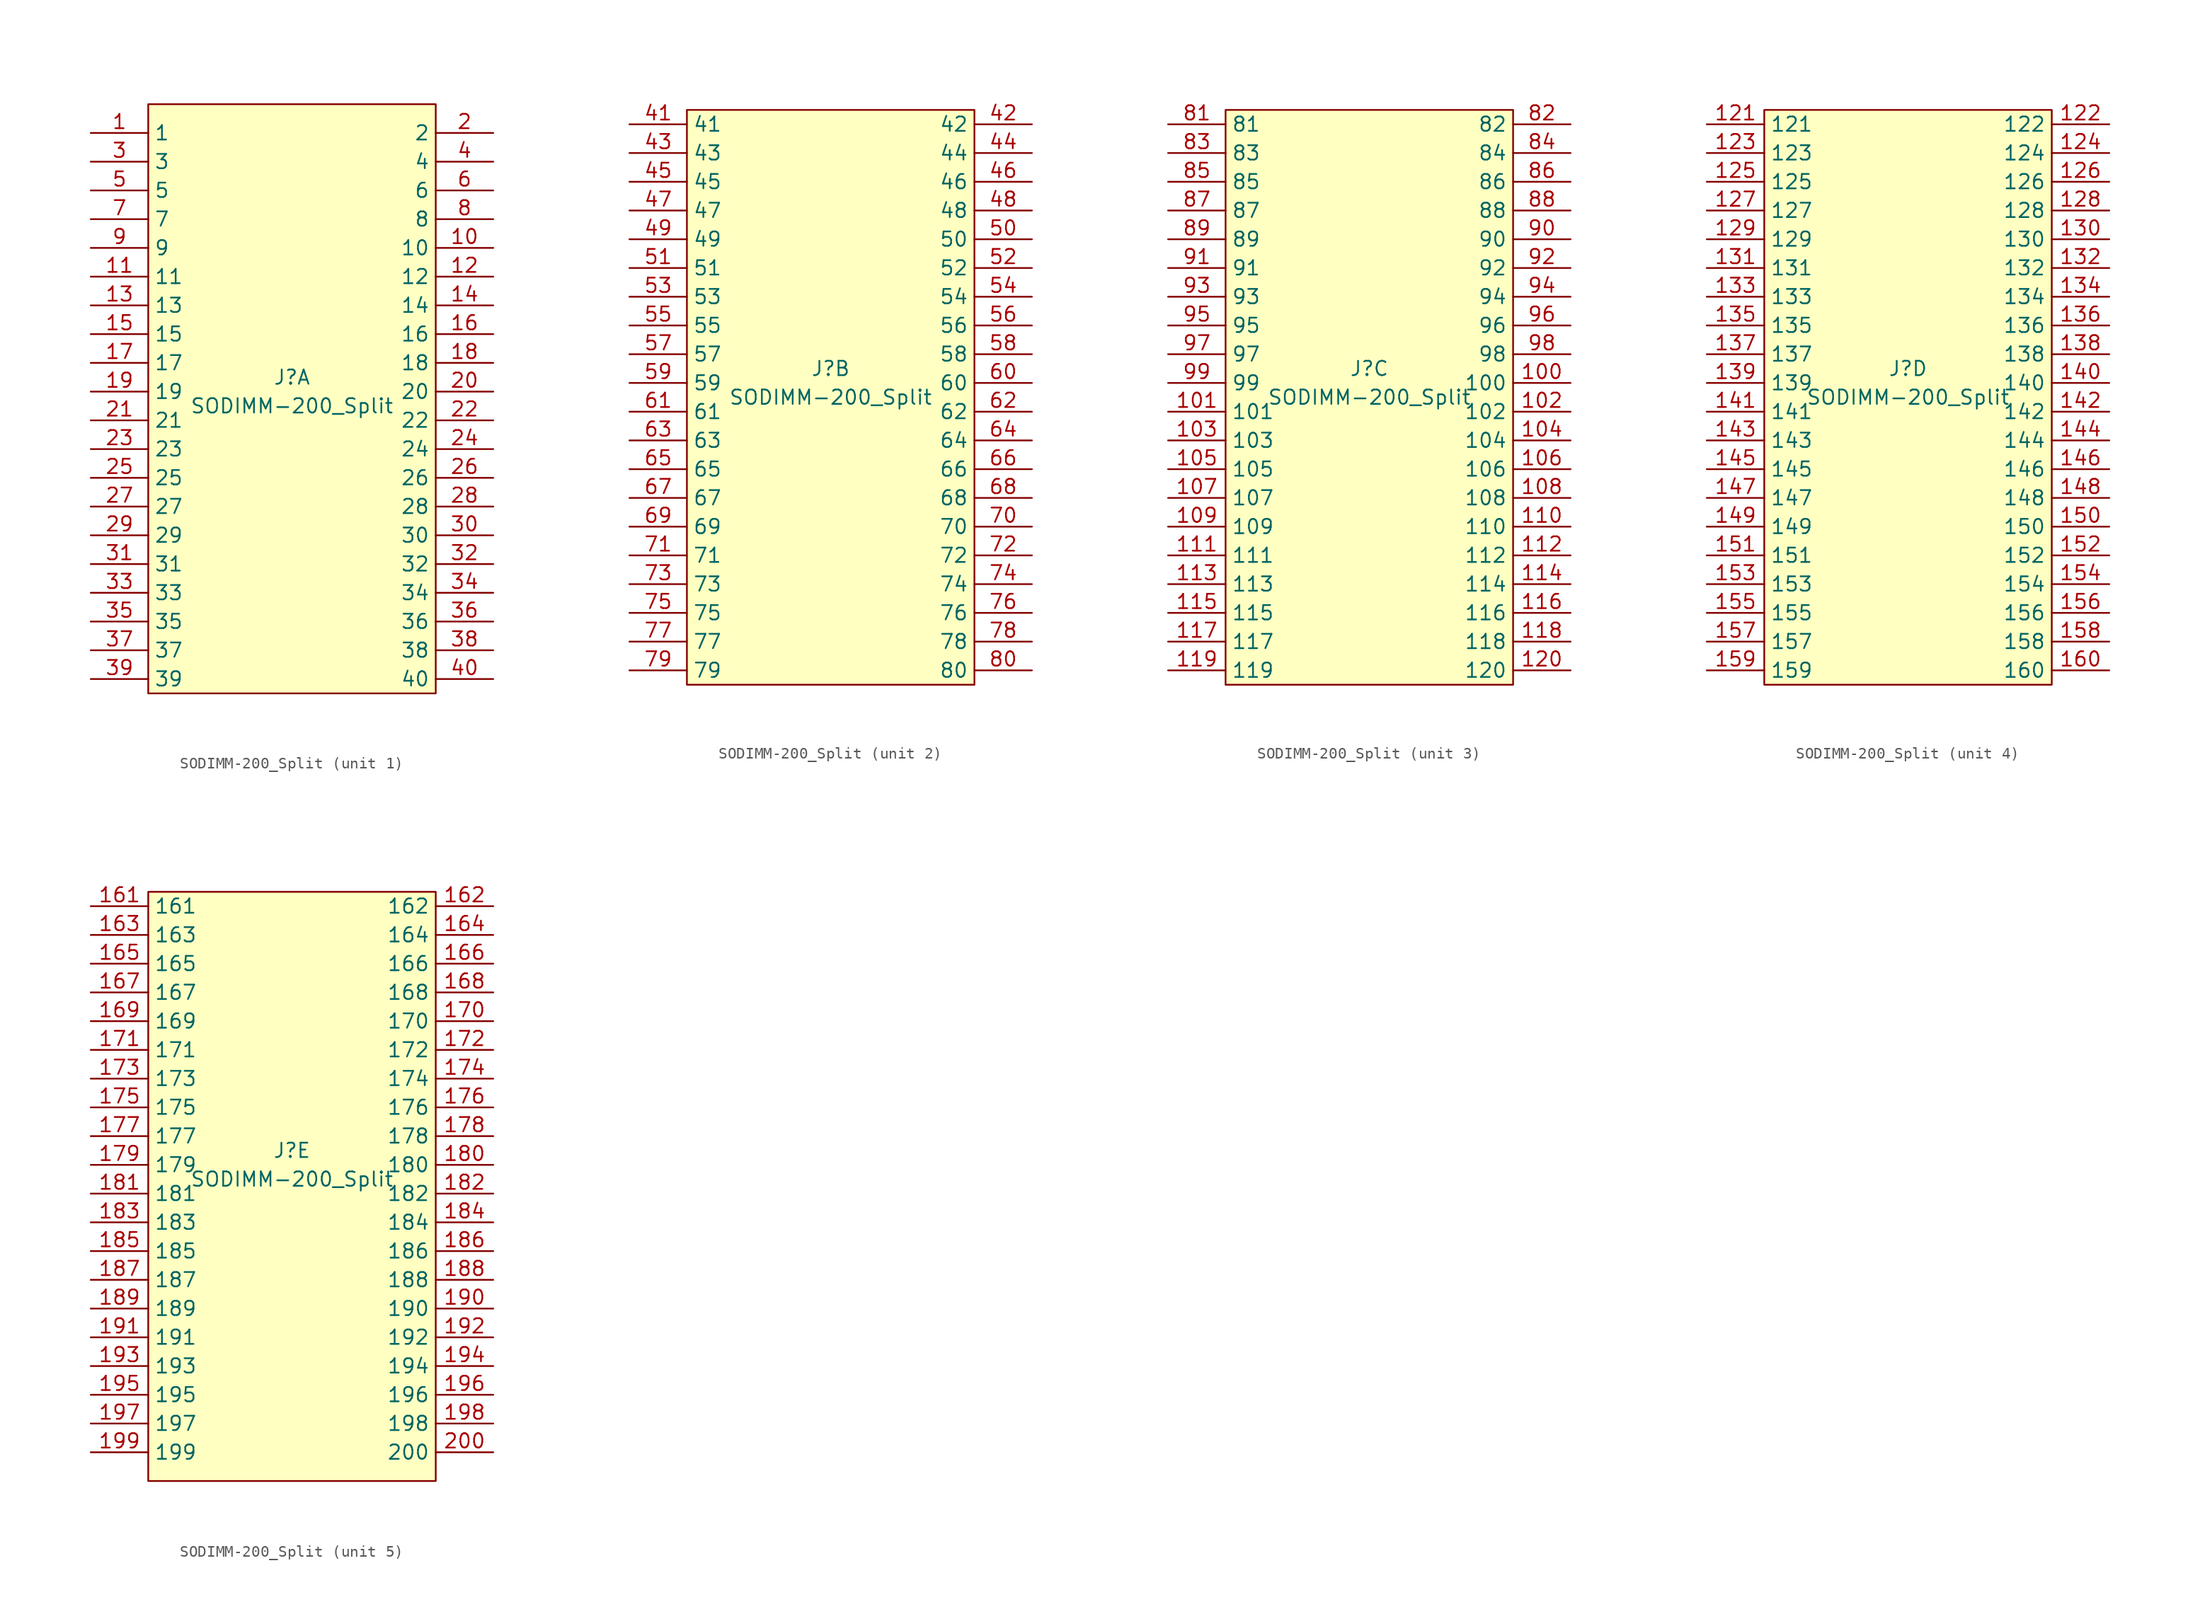
<source format=kicad_sym>
(kicad_symbol_lib
  (version 20220914)
  (generator kicad_symbol_editor)
  (symbol "SODIMM-200_Split"
    (property "Reference" "J"
      (at 0 1.27 0)
      (effects (font (size 1.27 1.27))))
    (property "Value" "SODIMM-200_Split"
      (at 0 -1.27 0)
      (effects (font (size 1.27 1.27))))
    (property "ki_locked" ""
      (at 0 0 0)
      (effects (font (size 1.27 1.27))))
    (symbol "SODIMM-200_Split_1_1"
      (rectangle (start -12.7 25.4) (end 12.7 -26.67) (stroke (width 0) (type solid)) (fill (type background)))
      (pin passive line (at -17.78 22.86 0) (length 5.08) (name "1" (effects (font (size 1.27 1.27)))) (number "1" (effects (font (size 1.27 1.27)))))
      (pin passive line (at 17.78 12.7 180) (length 5.08) (name "10" (effects (font (size 1.27 1.27)))) (number "10" (effects (font (size 1.27 1.27)))))
      (pin passive line (at -17.78 10.16 0) (length 5.08) (name "11" (effects (font (size 1.27 1.27)))) (number "11" (effects (font (size 1.27 1.27)))))
      (pin passive line (at 17.78 10.16 180) (length 5.08) (name "12" (effects (font (size 1.27 1.27)))) (number "12" (effects (font (size 1.27 1.27)))))
      (pin passive line (at -17.78 7.62 0) (length 5.08) (name "13" (effects (font (size 1.27 1.27)))) (number "13" (effects (font (size 1.27 1.27)))))
      (pin passive line (at 17.78 7.62 180) (length 5.08) (name "14" (effects (font (size 1.27 1.27)))) (number "14" (effects (font (size 1.27 1.27)))))
      (pin passive line (at -17.78 5.08 0) (length 5.08) (name "15" (effects (font (size 1.27 1.27)))) (number "15" (effects (font (size 1.27 1.27)))))
      (pin passive line (at 17.78 5.08 180) (length 5.08) (name "16" (effects (font (size 1.27 1.27)))) (number "16" (effects (font (size 1.27 1.27)))))
      (pin passive line (at -17.78 2.54 0) (length 5.08) (name "17" (effects (font (size 1.27 1.27)))) (number "17" (effects (font (size 1.27 1.27)))))
      (pin passive line (at 17.78 2.54 180) (length 5.08) (name "18" (effects (font (size 1.27 1.27)))) (number "18" (effects (font (size 1.27 1.27)))))
      (pin passive line (at -17.78 0 0) (length 5.08) (name "19" (effects (font (size 1.27 1.27)))) (number "19" (effects (font (size 1.27 1.27)))))
      (pin passive line (at 17.78 22.86 180) (length 5.08) (name "2" (effects (font (size 1.27 1.27)))) (number "2" (effects (font (size 1.27 1.27)))))
      (pin passive line (at 17.78 0 180) (length 5.08) (name "20" (effects (font (size 1.27 1.27)))) (number "20" (effects (font (size 1.27 1.27)))))
      (pin passive line (at -17.78 -2.54 0) (length 5.08) (name "21" (effects (font (size 1.27 1.27)))) (number "21" (effects (font (size 1.27 1.27)))))
      (pin passive line (at 17.78 -2.54 180) (length 5.08) (name "22" (effects (font (size 1.27 1.27)))) (number "22" (effects (font (size 1.27 1.27)))))
      (pin passive line (at -17.78 -5.08 0) (length 5.08) (name "23" (effects (font (size 1.27 1.27)))) (number "23" (effects (font (size 1.27 1.27)))))
      (pin passive line (at 17.78 -5.08 180) (length 5.08) (name "24" (effects (font (size 1.27 1.27)))) (number "24" (effects (font (size 1.27 1.27)))))
      (pin passive line (at -17.78 -7.62 0) (length 5.08) (name "25" (effects (font (size 1.27 1.27)))) (number "25" (effects (font (size 1.27 1.27)))))
      (pin passive line (at 17.78 -7.62 180) (length 5.08) (name "26" (effects (font (size 1.27 1.27)))) (number "26" (effects (font (size 1.27 1.27)))))
      (pin passive line (at -17.78 -10.16 0) (length 5.08) (name "27" (effects (font (size 1.27 1.27)))) (number "27" (effects (font (size 1.27 1.27)))))
      (pin passive line (at 17.78 -10.16 180) (length 5.08) (name "28" (effects (font (size 1.27 1.27)))) (number "28" (effects (font (size 1.27 1.27)))))
      (pin passive line (at -17.78 -12.7 0) (length 5.08) (name "29" (effects (font (size 1.27 1.27)))) (number "29" (effects (font (size 1.27 1.27)))))
      (pin passive line (at -17.78 20.32 0) (length 5.08) (name "3" (effects (font (size 1.27 1.27)))) (number "3" (effects (font (size 1.27 1.27)))))
      (pin passive line (at 17.78 -12.7 180) (length 5.08) (name "30" (effects (font (size 1.27 1.27)))) (number "30" (effects (font (size 1.27 1.27)))))
      (pin passive line (at -17.78 -15.24 0) (length 5.08) (name "31" (effects (font (size 1.27 1.27)))) (number "31" (effects (font (size 1.27 1.27)))))
      (pin passive line (at 17.78 -15.24 180) (length 5.08) (name "32" (effects (font (size 1.27 1.27)))) (number "32" (effects (font (size 1.27 1.27)))))
      (pin passive line (at -17.78 -17.78 0) (length 5.08) (name "33" (effects (font (size 1.27 1.27)))) (number "33" (effects (font (size 1.27 1.27)))))
      (pin passive line (at 17.78 -17.78 180) (length 5.08) (name "34" (effects (font (size 1.27 1.27)))) (number "34" (effects (font (size 1.27 1.27)))))
      (pin passive line (at -17.78 -20.32 0) (length 5.08) (name "35" (effects (font (size 1.27 1.27)))) (number "35" (effects (font (size 1.27 1.27)))))
      (pin passive line (at 17.78 -20.32 180) (length 5.08) (name "36" (effects (font (size 1.27 1.27)))) (number "36" (effects (font (size 1.27 1.27)))))
      (pin passive line (at -17.78 -22.86 0) (length 5.08) (name "37" (effects (font (size 1.27 1.27)))) (number "37" (effects (font (size 1.27 1.27)))))
      (pin passive line (at 17.78 -22.86 180) (length 5.08) (name "38" (effects (font (size 1.27 1.27)))) (number "38" (effects (font (size 1.27 1.27)))))
      (pin passive line (at -17.78 -25.4 0) (length 5.08) (name "39" (effects (font (size 1.27 1.27)))) (number "39" (effects (font (size 1.27 1.27)))))
      (pin passive line (at 17.78 20.32 180) (length 5.08) (name "4" (effects (font (size 1.27 1.27)))) (number "4" (effects (font (size 1.27 1.27)))))
      (pin passive line (at 17.78 -25.4 180) (length 5.08) (name "40" (effects (font (size 1.27 1.27)))) (number "40" (effects (font (size 1.27 1.27)))))
      (pin passive line (at -17.78 17.78 0) (length 5.08) (name "5" (effects (font (size 1.27 1.27)))) (number "5" (effects (font (size 1.27 1.27)))))
      (pin passive line (at 17.78 17.78 180) (length 5.08) (name "6" (effects (font (size 1.27 1.27)))) (number "6" (effects (font (size 1.27 1.27)))))
      (pin passive line (at -17.78 15.24 0) (length 5.08) (name "7" (effects (font (size 1.27 1.27)))) (number "7" (effects (font (size 1.27 1.27)))))
      (pin passive line (at 17.78 15.24 180) (length 5.08) (name "8" (effects (font (size 1.27 1.27)))) (number "8" (effects (font (size 1.27 1.27)))))
      (pin passive line (at -17.78 12.7 0) (length 5.08) (name "9" (effects (font (size 1.27 1.27)))) (number "9" (effects (font (size 1.27 1.27))))))
    (symbol "SODIMM-200_Split_2_1"
      (rectangle (start -12.7 -26.67) (end 12.7 24.13) (stroke (width 0) (type solid)) (fill (type background)))
      (pin passive line (at -17.78 22.86 0) (length 5.08) (name "41" (effects (font (size 1.27 1.27)))) (number "41" (effects (font (size 1.27 1.27)))))
      (pin passive line (at 17.78 22.86 180) (length 5.08) (name "42" (effects (font (size 1.27 1.27)))) (number "42" (effects (font (size 1.27 1.27)))))
      (pin passive line (at -17.78 20.32 0) (length 5.08) (name "43" (effects (font (size 1.27 1.27)))) (number "43" (effects (font (size 1.27 1.27)))))
      (pin passive line (at 17.78 20.32 180) (length 5.08) (name "44" (effects (font (size 1.27 1.27)))) (number "44" (effects (font (size 1.27 1.27)))))
      (pin passive line (at -17.78 17.78 0) (length 5.08) (name "45" (effects (font (size 1.27 1.27)))) (number "45" (effects (font (size 1.27 1.27)))))
      (pin passive line (at 17.78 17.78 180) (length 5.08) (name "46" (effects (font (size 1.27 1.27)))) (number "46" (effects (font (size 1.27 1.27)))))
      (pin passive line (at -17.78 15.24 0) (length 5.08) (name "47" (effects (font (size 1.27 1.27)))) (number "47" (effects (font (size 1.27 1.27)))))
      (pin passive line (at 17.78 15.24 180) (length 5.08) (name "48" (effects (font (size 1.27 1.27)))) (number "48" (effects (font (size 1.27 1.27)))))
      (pin passive line (at -17.78 12.7 0) (length 5.08) (name "49" (effects (font (size 1.27 1.27)))) (number "49" (effects (font (size 1.27 1.27)))))
      (pin passive line (at 17.78 12.7 180) (length 5.08) (name "50" (effects (font (size 1.27 1.27)))) (number "50" (effects (font (size 1.27 1.27)))))
      (pin passive line (at -17.78 10.16 0) (length 5.08) (name "51" (effects (font (size 1.27 1.27)))) (number "51" (effects (font (size 1.27 1.27)))))
      (pin passive line (at 17.78 10.16 180) (length 5.08) (name "52" (effects (font (size 1.27 1.27)))) (number "52" (effects (font (size 1.27 1.27)))))
      (pin passive line (at -17.78 7.62 0) (length 5.08) (name "53" (effects (font (size 1.27 1.27)))) (number "53" (effects (font (size 1.27 1.27)))))
      (pin passive line (at 17.78 7.62 180) (length 5.08) (name "54" (effects (font (size 1.27 1.27)))) (number "54" (effects (font (size 1.27 1.27)))))
      (pin passive line (at -17.78 5.08 0) (length 5.08) (name "55" (effects (font (size 1.27 1.27)))) (number "55" (effects (font (size 1.27 1.27)))))
      (pin passive line (at 17.78 5.08 180) (length 5.08) (name "56" (effects (font (size 1.27 1.27)))) (number "56" (effects (font (size 1.27 1.27)))))
      (pin passive line (at -17.78 2.54 0) (length 5.08) (name "57" (effects (font (size 1.27 1.27)))) (number "57" (effects (font (size 1.27 1.27)))))
      (pin passive line (at 17.78 2.54 180) (length 5.08) (name "58" (effects (font (size 1.27 1.27)))) (number "58" (effects (font (size 1.27 1.27)))))
      (pin passive line (at -17.78 0 0) (length 5.08) (name "59" (effects (font (size 1.27 1.27)))) (number "59" (effects (font (size 1.27 1.27)))))
      (pin passive line (at 17.78 0 180) (length 5.08) (name "60" (effects (font (size 1.27 1.27)))) (number "60" (effects (font (size 1.27 1.27)))))
      (pin passive line (at -17.78 -2.54 0) (length 5.08) (name "61" (effects (font (size 1.27 1.27)))) (number "61" (effects (font (size 1.27 1.27)))))
      (pin passive line (at 17.78 -2.54 180) (length 5.08) (name "62" (effects (font (size 1.27 1.27)))) (number "62" (effects (font (size 1.27 1.27)))))
      (pin passive line (at -17.78 -5.08 0) (length 5.08) (name "63" (effects (font (size 1.27 1.27)))) (number "63" (effects (font (size 1.27 1.27)))))
      (pin passive line (at 17.78 -5.08 180) (length 5.08) (name "64" (effects (font (size 1.27 1.27)))) (number "64" (effects (font (size 1.27 1.27)))))
      (pin passive line (at -17.78 -7.62 0) (length 5.08) (name "65" (effects (font (size 1.27 1.27)))) (number "65" (effects (font (size 1.27 1.27)))))
      (pin passive line (at 17.78 -7.62 180) (length 5.08) (name "66" (effects (font (size 1.27 1.27)))) (number "66" (effects (font (size 1.27 1.27)))))
      (pin passive line (at -17.78 -10.16 0) (length 5.08) (name "67" (effects (font (size 1.27 1.27)))) (number "67" (effects (font (size 1.27 1.27)))))
      (pin passive line (at 17.78 -10.16 180) (length 5.08) (name "68" (effects (font (size 1.27 1.27)))) (number "68" (effects (font (size 1.27 1.27)))))
      (pin passive line (at -17.78 -12.7 0) (length 5.08) (name "69" (effects (font (size 1.27 1.27)))) (number "69" (effects (font (size 1.27 1.27)))))
      (pin passive line (at 17.78 -12.7 180) (length 5.08) (name "70" (effects (font (size 1.27 1.27)))) (number "70" (effects (font (size 1.27 1.27)))))
      (pin passive line (at -17.78 -15.24 0) (length 5.08) (name "71" (effects (font (size 1.27 1.27)))) (number "71" (effects (font (size 1.27 1.27)))))
      (pin passive line (at 17.78 -15.24 180) (length 5.08) (name "72" (effects (font (size 1.27 1.27)))) (number "72" (effects (font (size 1.27 1.27)))))
      (pin passive line (at -17.78 -17.78 0) (length 5.08) (name "73" (effects (font (size 1.27 1.27)))) (number "73" (effects (font (size 1.27 1.27)))))
      (pin passive line (at 17.78 -17.78 180) (length 5.08) (name "74" (effects (font (size 1.27 1.27)))) (number "74" (effects (font (size 1.27 1.27)))))
      (pin passive line (at -17.78 -20.32 0) (length 5.08) (name "75" (effects (font (size 1.27 1.27)))) (number "75" (effects (font (size 1.27 1.27)))))
      (pin passive line (at 17.78 -20.32 180) (length 5.08) (name "76" (effects (font (size 1.27 1.27)))) (number "76" (effects (font (size 1.27 1.27)))))
      (pin passive line (at -17.78 -22.86 0) (length 5.08) (name "77" (effects (font (size 1.27 1.27)))) (number "77" (effects (font (size 1.27 1.27)))))
      (pin passive line (at 17.78 -22.86 180) (length 5.08) (name "78" (effects (font (size 1.27 1.27)))) (number "78" (effects (font (size 1.27 1.27)))))
      (pin passive line (at -17.78 -25.4 0) (length 5.08) (name "79" (effects (font (size 1.27 1.27)))) (number "79" (effects (font (size 1.27 1.27)))))
      (pin passive line (at 17.78 -25.4 180) (length 5.08) (name "80" (effects (font (size 1.27 1.27)))) (number "80" (effects (font (size 1.27 1.27))))))
    (symbol "SODIMM-200_Split_3_1"
      (rectangle (start -12.7 24.13) (end 12.7 -26.67) (stroke (width 0) (type solid)) (fill (type background)))
      (pin passive line (at 17.78 0 180) (length 5.08) (name "100" (effects (font (size 1.27 1.27)))) (number "100" (effects (font (size 1.27 1.27)))))
      (pin passive line (at -17.78 -2.54 0) (length 5.08) (name "101" (effects (font (size 1.27 1.27)))) (number "101" (effects (font (size 1.27 1.27)))))
      (pin passive line (at 17.78 -2.54 180) (length 5.08) (name "102" (effects (font (size 1.27 1.27)))) (number "102" (effects (font (size 1.27 1.27)))))
      (pin passive line (at -17.78 -5.08 0) (length 5.08) (name "103" (effects (font (size 1.27 1.27)))) (number "103" (effects (font (size 1.27 1.27)))))
      (pin passive line (at 17.78 -5.08 180) (length 5.08) (name "104" (effects (font (size 1.27 1.27)))) (number "104" (effects (font (size 1.27 1.27)))))
      (pin passive line (at -17.78 -7.62 0) (length 5.08) (name "105" (effects (font (size 1.27 1.27)))) (number "105" (effects (font (size 1.27 1.27)))))
      (pin passive line (at 17.78 -7.62 180) (length 5.08) (name "106" (effects (font (size 1.27 1.27)))) (number "106" (effects (font (size 1.27 1.27)))))
      (pin passive line (at -17.78 -10.16 0) (length 5.08) (name "107" (effects (font (size 1.27 1.27)))) (number "107" (effects (font (size 1.27 1.27)))))
      (pin passive line (at 17.78 -10.16 180) (length 5.08) (name "108" (effects (font (size 1.27 1.27)))) (number "108" (effects (font (size 1.27 1.27)))))
      (pin passive line (at -17.78 -12.7 0) (length 5.08) (name "109" (effects (font (size 1.27 1.27)))) (number "109" (effects (font (size 1.27 1.27)))))
      (pin passive line (at 17.78 -12.7 180) (length 5.08) (name "110" (effects (font (size 1.27 1.27)))) (number "110" (effects (font (size 1.27 1.27)))))
      (pin passive line (at -17.78 -15.24 0) (length 5.08) (name "111" (effects (font (size 1.27 1.27)))) (number "111" (effects (font (size 1.27 1.27)))))
      (pin passive line (at 17.78 -15.24 180) (length 5.08) (name "112" (effects (font (size 1.27 1.27)))) (number "112" (effects (font (size 1.27 1.27)))))
      (pin passive line (at -17.78 -17.78 0) (length 5.08) (name "113" (effects (font (size 1.27 1.27)))) (number "113" (effects (font (size 1.27 1.27)))))
      (pin passive line (at 17.78 -17.78 180) (length 5.08) (name "114" (effects (font (size 1.27 1.27)))) (number "114" (effects (font (size 1.27 1.27)))))
      (pin passive line (at -17.78 -20.32 0) (length 5.08) (name "115" (effects (font (size 1.27 1.27)))) (number "115" (effects (font (size 1.27 1.27)))))
      (pin passive line (at 17.78 -20.32 180) (length 5.08) (name "116" (effects (font (size 1.27 1.27)))) (number "116" (effects (font (size 1.27 1.27)))))
      (pin passive line (at -17.78 -22.86 0) (length 5.08) (name "117" (effects (font (size 1.27 1.27)))) (number "117" (effects (font (size 1.27 1.27)))))
      (pin passive line (at 17.78 -22.86 180) (length 5.08) (name "118" (effects (font (size 1.27 1.27)))) (number "118" (effects (font (size 1.27 1.27)))))
      (pin passive line (at -17.78 -25.4 0) (length 5.08) (name "119" (effects (font (size 1.27 1.27)))) (number "119" (effects (font (size 1.27 1.27)))))
      (pin passive line (at 17.78 -25.4 180) (length 5.08) (name "120" (effects (font (size 1.27 1.27)))) (number "120" (effects (font (size 1.27 1.27)))))
      (pin passive line (at -17.78 22.86 0) (length 5.08) (name "81" (effects (font (size 1.27 1.27)))) (number "81" (effects (font (size 1.27 1.27)))))
      (pin passive line (at 17.78 22.86 180) (length 5.08) (name "82" (effects (font (size 1.27 1.27)))) (number "82" (effects (font (size 1.27 1.27)))))
      (pin passive line (at -17.78 20.32 0) (length 5.08) (name "83" (effects (font (size 1.27 1.27)))) (number "83" (effects (font (size 1.27 1.27)))))
      (pin passive line (at 17.78 20.32 180) (length 5.08) (name "84" (effects (font (size 1.27 1.27)))) (number "84" (effects (font (size 1.27 1.27)))))
      (pin passive line (at -17.78 17.78 0) (length 5.08) (name "85" (effects (font (size 1.27 1.27)))) (number "85" (effects (font (size 1.27 1.27)))))
      (pin passive line (at 17.78 17.78 180) (length 5.08) (name "86" (effects (font (size 1.27 1.27)))) (number "86" (effects (font (size 1.27 1.27)))))
      (pin passive line (at -17.78 15.24 0) (length 5.08) (name "87" (effects (font (size 1.27 1.27)))) (number "87" (effects (font (size 1.27 1.27)))))
      (pin passive line (at 17.78 15.24 180) (length 5.08) (name "88" (effects (font (size 1.27 1.27)))) (number "88" (effects (font (size 1.27 1.27)))))
      (pin passive line (at -17.78 12.7 0) (length 5.08) (name "89" (effects (font (size 1.27 1.27)))) (number "89" (effects (font (size 1.27 1.27)))))
      (pin passive line (at 17.78 12.7 180) (length 5.08) (name "90" (effects (font (size 1.27 1.27)))) (number "90" (effects (font (size 1.27 1.27)))))
      (pin passive line (at -17.78 10.16 0) (length 5.08) (name "91" (effects (font (size 1.27 1.27)))) (number "91" (effects (font (size 1.27 1.27)))))
      (pin passive line (at 17.78 10.16 180) (length 5.08) (name "92" (effects (font (size 1.27 1.27)))) (number "92" (effects (font (size 1.27 1.27)))))
      (pin passive line (at -17.78 7.62 0) (length 5.08) (name "93" (effects (font (size 1.27 1.27)))) (number "93" (effects (font (size 1.27 1.27)))))
      (pin passive line (at 17.78 7.62 180) (length 5.08) (name "94" (effects (font (size 1.27 1.27)))) (number "94" (effects (font (size 1.27 1.27)))))
      (pin passive line (at -17.78 5.08 0) (length 5.08) (name "95" (effects (font (size 1.27 1.27)))) (number "95" (effects (font (size 1.27 1.27)))))
      (pin passive line (at 17.78 5.08 180) (length 5.08) (name "96" (effects (font (size 1.27 1.27)))) (number "96" (effects (font (size 1.27 1.27)))))
      (pin passive line (at -17.78 2.54 0) (length 5.08) (name "97" (effects (font (size 1.27 1.27)))) (number "97" (effects (font (size 1.27 1.27)))))
      (pin passive line (at 17.78 2.54 180) (length 5.08) (name "98" (effects (font (size 1.27 1.27)))) (number "98" (effects (font (size 1.27 1.27)))))
      (pin passive line (at -17.78 0 0) (length 5.08) (name "99" (effects (font (size 1.27 1.27)))) (number "99" (effects (font (size 1.27 1.27))))))
    (symbol "SODIMM-200_Split_4_1"
      (rectangle (start -12.7 24.13) (end 12.7 -26.67) (stroke (width 0) (type solid)) (fill (type background)))
      (pin passive line (at -17.78 22.86 0) (length 5.08) (name "121" (effects (font (size 1.27 1.27)))) (number "121" (effects (font (size 1.27 1.27)))))
      (pin passive line (at 17.78 22.86 180) (length 5.08) (name "122" (effects (font (size 1.27 1.27)))) (number "122" (effects (font (size 1.27 1.27)))))
      (pin passive line (at -17.78 20.32 0) (length 5.08) (name "123" (effects (font (size 1.27 1.27)))) (number "123" (effects (font (size 1.27 1.27)))))
      (pin passive line (at 17.78 20.32 180) (length 5.08) (name "124" (effects (font (size 1.27 1.27)))) (number "124" (effects (font (size 1.27 1.27)))))
      (pin passive line (at -17.78 17.78 0) (length 5.08) (name "125" (effects (font (size 1.27 1.27)))) (number "125" (effects (font (size 1.27 1.27)))))
      (pin passive line (at 17.78 17.78 180) (length 5.08) (name "126" (effects (font (size 1.27 1.27)))) (number "126" (effects (font (size 1.27 1.27)))))
      (pin passive line (at -17.78 15.24 0) (length 5.08) (name "127" (effects (font (size 1.27 1.27)))) (number "127" (effects (font (size 1.27 1.27)))))
      (pin passive line (at 17.78 15.24 180) (length 5.08) (name "128" (effects (font (size 1.27 1.27)))) (number "128" (effects (font (size 1.27 1.27)))))
      (pin passive line (at -17.78 12.7 0) (length 5.08) (name "129" (effects (font (size 1.27 1.27)))) (number "129" (effects (font (size 1.27 1.27)))))
      (pin passive line (at 17.78 12.7 180) (length 5.08) (name "130" (effects (font (size 1.27 1.27)))) (number "130" (effects (font (size 1.27 1.27)))))
      (pin passive line (at -17.78 10.16 0) (length 5.08) (name "131" (effects (font (size 1.27 1.27)))) (number "131" (effects (font (size 1.27 1.27)))))
      (pin passive line (at 17.78 10.16 180) (length 5.08) (name "132" (effects (font (size 1.27 1.27)))) (number "132" (effects (font (size 1.27 1.27)))))
      (pin passive line (at -17.78 7.62 0) (length 5.08) (name "133" (effects (font (size 1.27 1.27)))) (number "133" (effects (font (size 1.27 1.27)))))
      (pin passive line (at 17.78 7.62 180) (length 5.08) (name "134" (effects (font (size 1.27 1.27)))) (number "134" (effects (font (size 1.27 1.27)))))
      (pin passive line (at -17.78 5.08 0) (length 5.08) (name "135" (effects (font (size 1.27 1.27)))) (number "135" (effects (font (size 1.27 1.27)))))
      (pin passive line (at 17.78 5.08 180) (length 5.08) (name "136" (effects (font (size 1.27 1.27)))) (number "136" (effects (font (size 1.27 1.27)))))
      (pin passive line (at -17.78 2.54 0) (length 5.08) (name "137" (effects (font (size 1.27 1.27)))) (number "137" (effects (font (size 1.27 1.27)))))
      (pin passive line (at 17.78 2.54 180) (length 5.08) (name "138" (effects (font (size 1.27 1.27)))) (number "138" (effects (font (size 1.27 1.27)))))
      (pin passive line (at -17.78 0 0) (length 5.08) (name "139" (effects (font (size 1.27 1.27)))) (number "139" (effects (font (size 1.27 1.27)))))
      (pin passive line (at 17.78 0 180) (length 5.08) (name "140" (effects (font (size 1.27 1.27)))) (number "140" (effects (font (size 1.27 1.27)))))
      (pin passive line (at -17.78 -2.54 0) (length 5.08) (name "141" (effects (font (size 1.27 1.27)))) (number "141" (effects (font (size 1.27 1.27)))))
      (pin passive line (at 17.78 -2.54 180) (length 5.08) (name "142" (effects (font (size 1.27 1.27)))) (number "142" (effects (font (size 1.27 1.27)))))
      (pin passive line (at -17.78 -5.08 0) (length 5.08) (name "143" (effects (font (size 1.27 1.27)))) (number "143" (effects (font (size 1.27 1.27)))))
      (pin passive line (at 17.78 -5.08 180) (length 5.08) (name "144" (effects (font (size 1.27 1.27)))) (number "144" (effects (font (size 1.27 1.27)))))
      (pin passive line (at -17.78 -7.62 0) (length 5.08) (name "145" (effects (font (size 1.27 1.27)))) (number "145" (effects (font (size 1.27 1.27)))))
      (pin passive line (at 17.78 -7.62 180) (length 5.08) (name "146" (effects (font (size 1.27 1.27)))) (number "146" (effects (font (size 1.27 1.27)))))
      (pin passive line (at -17.78 -10.16 0) (length 5.08) (name "147" (effects (font (size 1.27 1.27)))) (number "147" (effects (font (size 1.27 1.27)))))
      (pin passive line (at 17.78 -10.16 180) (length 5.08) (name "148" (effects (font (size 1.27 1.27)))) (number "148" (effects (font (size 1.27 1.27)))))
      (pin passive line (at -17.78 -12.7 0) (length 5.08) (name "149" (effects (font (size 1.27 1.27)))) (number "149" (effects (font (size 1.27 1.27)))))
      (pin passive line (at 17.78 -12.7 180) (length 5.08) (name "150" (effects (font (size 1.27 1.27)))) (number "150" (effects (font (size 1.27 1.27)))))
      (pin passive line (at -17.78 -15.24 0) (length 5.08) (name "151" (effects (font (size 1.27 1.27)))) (number "151" (effects (font (size 1.27 1.27)))))
      (pin passive line (at 17.78 -15.24 180) (length 5.08) (name "152" (effects (font (size 1.27 1.27)))) (number "152" (effects (font (size 1.27 1.27)))))
      (pin passive line (at -17.78 -17.78 0) (length 5.08) (name "153" (effects (font (size 1.27 1.27)))) (number "153" (effects (font (size 1.27 1.27)))))
      (pin passive line (at 17.78 -17.78 180) (length 5.08) (name "154" (effects (font (size 1.27 1.27)))) (number "154" (effects (font (size 1.27 1.27)))))
      (pin passive line (at -17.78 -20.32 0) (length 5.08) (name "155" (effects (font (size 1.27 1.27)))) (number "155" (effects (font (size 1.27 1.27)))))
      (pin passive line (at 17.78 -20.32 180) (length 5.08) (name "156" (effects (font (size 1.27 1.27)))) (number "156" (effects (font (size 1.27 1.27)))))
      (pin passive line (at -17.78 -22.86 0) (length 5.08) (name "157" (effects (font (size 1.27 1.27)))) (number "157" (effects (font (size 1.27 1.27)))))
      (pin passive line (at 17.78 -22.86 180) (length 5.08) (name "158" (effects (font (size 1.27 1.27)))) (number "158" (effects (font (size 1.27 1.27)))))
      (pin passive line (at -17.78 -25.4 0) (length 5.08) (name "159" (effects (font (size 1.27 1.27)))) (number "159" (effects (font (size 1.27 1.27)))))
      (pin passive line (at 17.78 -25.4 180) (length 5.08) (name "160" (effects (font (size 1.27 1.27)))) (number "160" (effects (font (size 1.27 1.27))))))
    (symbol "SODIMM-200_Split_5_1"
      (rectangle (start -12.7 24.13) (end 12.7 -27.94) (stroke (width 0) (type solid)) (fill (type background)))
      (pin passive line (at -17.78 22.86 0) (length 5.08) (name "161" (effects (font (size 1.27 1.27)))) (number "161" (effects (font (size 1.27 1.27)))))
      (pin passive line (at 17.78 22.86 180) (length 5.08) (name "162" (effects (font (size 1.27 1.27)))) (number "162" (effects (font (size 1.27 1.27)))))
      (pin passive line (at -17.78 20.32 0) (length 5.08) (name "163" (effects (font (size 1.27 1.27)))) (number "163" (effects (font (size 1.27 1.27)))))
      (pin passive line (at 17.78 20.32 180) (length 5.08) (name "164" (effects (font (size 1.27 1.27)))) (number "164" (effects (font (size 1.27 1.27)))))
      (pin passive line (at -17.78 17.78 0) (length 5.08) (name "165" (effects (font (size 1.27 1.27)))) (number "165" (effects (font (size 1.27 1.27)))))
      (pin passive line (at 17.78 17.78 180) (length 5.08) (name "166" (effects (font (size 1.27 1.27)))) (number "166" (effects (font (size 1.27 1.27)))))
      (pin passive line (at -17.78 15.24 0) (length 5.08) (name "167" (effects (font (size 1.27 1.27)))) (number "167" (effects (font (size 1.27 1.27)))))
      (pin passive line (at 17.78 15.24 180) (length 5.08) (name "168" (effects (font (size 1.27 1.27)))) (number "168" (effects (font (size 1.27 1.27)))))
      (pin passive line (at -17.78 12.7 0) (length 5.08) (name "169" (effects (font (size 1.27 1.27)))) (number "169" (effects (font (size 1.27 1.27)))))
      (pin passive line (at 17.78 12.7 180) (length 5.08) (name "170" (effects (font (size 1.27 1.27)))) (number "170" (effects (font (size 1.27 1.27)))))
      (pin passive line (at -17.78 10.16 0) (length 5.08) (name "171" (effects (font (size 1.27 1.27)))) (number "171" (effects (font (size 1.27 1.27)))))
      (pin passive line (at 17.78 10.16 180) (length 5.08) (name "172" (effects (font (size 1.27 1.27)))) (number "172" (effects (font (size 1.27 1.27)))))
      (pin passive line (at -17.78 7.62 0) (length 5.08) (name "173" (effects (font (size 1.27 1.27)))) (number "173" (effects (font (size 1.27 1.27)))))
      (pin passive line (at 17.78 7.62 180) (length 5.08) (name "174" (effects (font (size 1.27 1.27)))) (number "174" (effects (font (size 1.27 1.27)))))
      (pin passive line (at -17.78 5.08 0) (length 5.08) (name "175" (effects (font (size 1.27 1.27)))) (number "175" (effects (font (size 1.27 1.27)))))
      (pin passive line (at 17.78 5.08 180) (length 5.08) (name "176" (effects (font (size 1.27 1.27)))) (number "176" (effects (font (size 1.27 1.27)))))
      (pin passive line (at -17.78 2.54 0) (length 5.08) (name "177" (effects (font (size 1.27 1.27)))) (number "177" (effects (font (size 1.27 1.27)))))
      (pin passive line (at 17.78 2.54 180) (length 5.08) (name "178" (effects (font (size 1.27 1.27)))) (number "178" (effects (font (size 1.27 1.27)))))
      (pin passive line (at -17.78 0 0) (length 5.08) (name "179" (effects (font (size 1.27 1.27)))) (number "179" (effects (font (size 1.27 1.27)))))
      (pin passive line (at 17.78 0 180) (length 5.08) (name "180" (effects (font (size 1.27 1.27)))) (number "180" (effects (font (size 1.27 1.27)))))
      (pin passive line (at -17.78 -2.54 0) (length 5.08) (name "181" (effects (font (size 1.27 1.27)))) (number "181" (effects (font (size 1.27 1.27)))))
      (pin passive line (at 17.78 -2.54 180) (length 5.08) (name "182" (effects (font (size 1.27 1.27)))) (number "182" (effects (font (size 1.27 1.27)))))
      (pin passive line (at -17.78 -5.08 0) (length 5.08) (name "183" (effects (font (size 1.27 1.27)))) (number "183" (effects (font (size 1.27 1.27)))))
      (pin passive line (at 17.78 -5.08 180) (length 5.08) (name "184" (effects (font (size 1.27 1.27)))) (number "184" (effects (font (size 1.27 1.27)))))
      (pin passive line (at -17.78 -7.62 0) (length 5.08) (name "185" (effects (font (size 1.27 1.27)))) (number "185" (effects (font (size 1.27 1.27)))))
      (pin passive line (at 17.78 -7.62 180) (length 5.08) (name "186" (effects (font (size 1.27 1.27)))) (number "186" (effects (font (size 1.27 1.27)))))
      (pin passive line (at -17.78 -10.16 0) (length 5.08) (name "187" (effects (font (size 1.27 1.27)))) (number "187" (effects (font (size 1.27 1.27)))))
      (pin passive line (at 17.78 -10.16 180) (length 5.08) (name "188" (effects (font (size 1.27 1.27)))) (number "188" (effects (font (size 1.27 1.27)))))
      (pin passive line (at -17.78 -12.7 0) (length 5.08) (name "189" (effects (font (size 1.27 1.27)))) (number "189" (effects (font (size 1.27 1.27)))))
      (pin passive line (at 17.78 -12.7 180) (length 5.08) (name "190" (effects (font (size 1.27 1.27)))) (number "190" (effects (font (size 1.27 1.27)))))
      (pin passive line (at -17.78 -15.24 0) (length 5.08) (name "191" (effects (font (size 1.27 1.27)))) (number "191" (effects (font (size 1.27 1.27)))))
      (pin passive line (at 17.78 -15.24 180) (length 5.08) (name "192" (effects (font (size 1.27 1.27)))) (number "192" (effects (font (size 1.27 1.27)))))
      (pin passive line (at -17.78 -17.78 0) (length 5.08) (name "193" (effects (font (size 1.27 1.27)))) (number "193" (effects (font (size 1.27 1.27)))))
      (pin passive line (at 17.78 -17.78 180) (length 5.08) (name "194" (effects (font (size 1.27 1.27)))) (number "194" (effects (font (size 1.27 1.27)))))
      (pin passive line (at -17.78 -20.32 0) (length 5.08) (name "195" (effects (font (size 1.27 1.27)))) (number "195" (effects (font (size 1.27 1.27)))))
      (pin passive line (at 17.78 -20.32 180) (length 5.08) (name "196" (effects (font (size 1.27 1.27)))) (number "196" (effects (font (size 1.27 1.27)))))
      (pin passive line (at -17.78 -22.86 0) (length 5.08) (name "197" (effects (font (size 1.27 1.27)))) (number "197" (effects (font (size 1.27 1.27)))))
      (pin passive line (at 17.78 -22.86 180) (length 5.08) (name "198" (effects (font (size 1.27 1.27)))) (number "198" (effects (font (size 1.27 1.27)))))
      (pin passive line (at -17.78 -25.4 0) (length 5.08) (name "199" (effects (font (size 1.27 1.27)))) (number "199" (effects (font (size 1.27 1.27)))))
      (pin passive line (at 17.78 -25.4 180) (length 5.08) (name "200" (effects (font (size 1.27 1.27)))) (number "200" (effects (font (size 1.27 1.27))))))))
</source>
